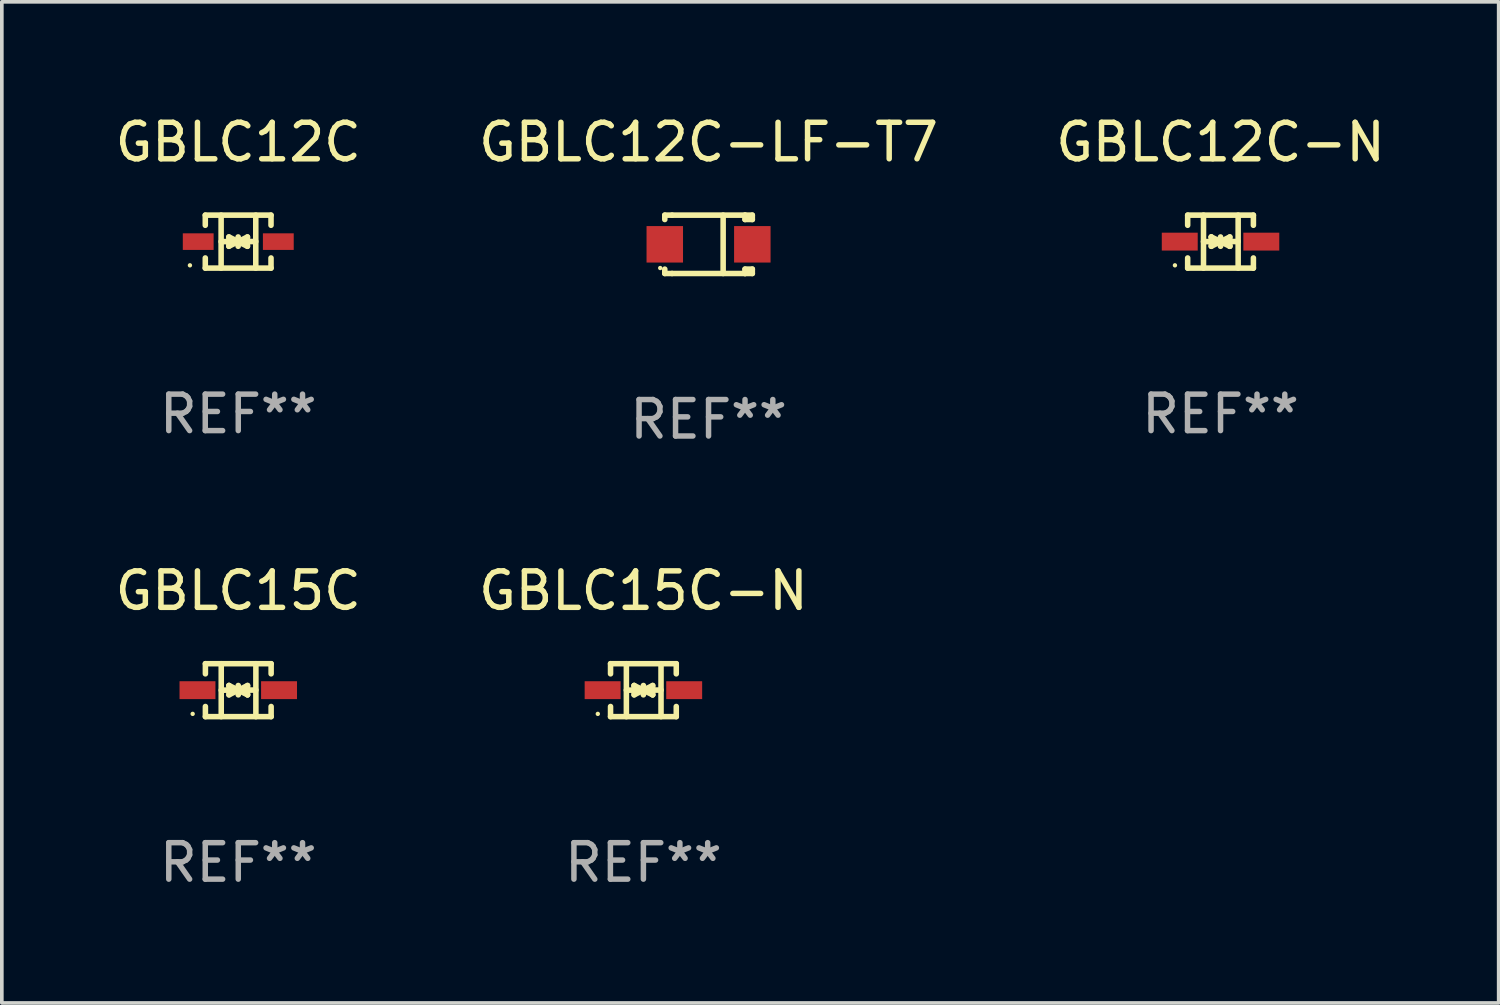
<source format=kicad_pcb>
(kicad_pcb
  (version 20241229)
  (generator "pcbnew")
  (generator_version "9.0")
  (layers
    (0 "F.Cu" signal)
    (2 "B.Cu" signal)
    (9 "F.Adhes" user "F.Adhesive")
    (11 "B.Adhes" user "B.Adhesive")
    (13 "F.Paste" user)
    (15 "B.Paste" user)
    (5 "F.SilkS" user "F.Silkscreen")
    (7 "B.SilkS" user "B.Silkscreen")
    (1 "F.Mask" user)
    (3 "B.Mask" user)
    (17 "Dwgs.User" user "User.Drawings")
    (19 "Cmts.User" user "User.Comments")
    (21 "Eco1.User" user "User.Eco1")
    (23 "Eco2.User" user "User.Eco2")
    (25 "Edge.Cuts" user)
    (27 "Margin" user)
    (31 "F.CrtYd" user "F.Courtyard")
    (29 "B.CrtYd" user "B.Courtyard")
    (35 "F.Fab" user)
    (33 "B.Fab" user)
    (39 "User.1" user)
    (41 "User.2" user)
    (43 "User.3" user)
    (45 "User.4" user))
  (footprint "GBLC12C-LF-T7"
    (layer "F.Cu")
    (at 16.375 3.648)
    (property "Reference" "GBLC12C-LF-T7" (at 0 -2.8 0) (layer "F.SilkS") (effects (font (size 1 1) (thickness 0.15))))
    (attr through_hole)
    (fp_line (start -1.2 -0.8) (end -1.2 -0.68) (stroke (width 0.152) (type solid)) (layer "F.SilkS"))
    (fp_line (start -1.2 0.68) (end -1.2 0.8) (stroke (width 0.152) (type solid)) (layer "F.SilkS"))
    (fp_line (start -1.2 0.8) (end -1 0.8) (stroke (width 0.152) (type solid)) (layer "F.SilkS"))
    (fp_line (start -1 -0.8) (end -1.2 -0.8) (stroke (width 0.152) (type solid)) (layer "F.SilkS"))
    (fp_line (start -1 -0.8) (end 1 -0.8) (stroke (width 0.152) (type solid)) (layer "F.SilkS"))
    (fp_line (start -1 0.8) (end 1 0.8) (stroke (width 0.152) (type solid)) (layer "F.SilkS"))
    (fp_line (start 0.4 -0.8) (end 0.4 0.8) (stroke (width 0.152) (type solid)) (layer "F.SilkS"))
    (fp_line (start 1 -0.8) (end 1 -0.68) (stroke (width 0.152) (type solid)) (layer "F.SilkS"))
    (fp_line (start 1 -0.8) (end 1.2 -0.8) (stroke (width 0.152) (type solid)) (layer "F.SilkS"))
    (fp_line (start 1 0.68) (end 1 0.8) (stroke (width 0.152) (type solid)) (layer "F.SilkS"))
    (fp_line (start 1 0.68) (end 1.2 0.68) (stroke (width 0.152) (type solid)) (layer "F.SilkS"))
    (fp_line (start 1.2 -0.8) (end 1.2 -0.68) (stroke (width 0.152) (type solid)) (layer "F.SilkS"))
    (fp_line (start 1.2 -0.68) (end 1 -0.68) (stroke (width 0.152) (type solid)) (layer "F.SilkS"))
    (fp_line (start 1.2 0.68) (end 1.2 0.8) (stroke (width 0.152) (type solid)) (layer "F.SilkS"))
    (fp_line (start 1.2 0.8) (end 1 0.8) (stroke (width 0.152) (type solid)) (layer "F.SilkS"))
    (fp_circle (center -1.325 0.65) (end -1.295 0.65) (stroke (width 0.06) (type solid)) (fill no) (layer "F.SilkS"))
    (fp_text user "REF**" (at 0 4.8 0) (layer "F.Fab") (effects (font (size 1 1) (thickness 0.15))))
    (pad "1" smd rect (at -1.2 0 180) (size 1 1) (layers "F.Cu" "F.Mask" "F.Paste"))
    (pad "2" smd rect (at 1.2 0 180) (size 1 1) (layers "F.Cu" "F.Mask" "F.Paste")))
  (footprint "GBLC15C"
    (layer "F.Cu")
    (at 3.482 15.871)
    (property "Reference" "GBLC15C" (at 0 -2.726 0) (layer "F.SilkS") (effects (font (size 1 1) (thickness 0.15))))
    (attr through_hole)
    (fp_line (start -0.901 -0.726) (end -0.901 -0.448) (stroke (width 0.152) (type solid)) (layer "F.SilkS"))
    (fp_line (start -0.901 0.726) (end -0.901 0.448) (stroke (width 0.152) (type solid)) (layer "F.SilkS"))
    (fp_line (start -0.467 0) (end 0.483 -0.003) (stroke (width 0.154) (type solid)) (layer "F.SilkS"))
    (fp_line (start -0.467 0.726) (end -0.467 -0.726) (stroke (width 0.152) (type solid)) (layer "F.SilkS"))
    (fp_line (start -0.254 -0.127) (end -0.254 -0.127) (stroke (width 0.154) (type solid)) (layer "F.SilkS"))
    (fp_line (start -0.254 -0.127) (end -0.002 -0.003) (stroke (width 0.154) (type solid)) (layer "F.SilkS"))
    (fp_line (start -0.254 0.127) (end -0.254 -0.127) (stroke (width 0.154) (type solid)) (layer "F.SilkS"))
    (fp_line (start -0.127 0) (end 0.003 0) (stroke (width 0.154) (type solid)) (layer "F.SilkS"))
    (fp_line (start -0.003 0) (end -0.254 0.127) (stroke (width 0.154) (type solid)) (layer "F.SilkS"))
    (fp_line (start 0 -0.127) (end 0 0.127) (stroke (width 0.154) (type solid)) (layer "F.SilkS"))
    (fp_line (start 0.003 0) (end 0.254 -0.127) (stroke (width 0.154) (type solid)) (layer "F.SilkS"))
    (fp_line (start 0.127 0) (end -0.003 0) (stroke (width 0.154) (type solid)) (layer "F.SilkS"))
    (fp_line (start 0.254 -0.127) (end 0.254 0.127) (stroke (width 0.154) (type solid)) (layer "F.SilkS"))
    (fp_line (start 0.254 0.127) (end 0.002 0.003) (stroke (width 0.154) (type solid)) (layer "F.SilkS"))
    (fp_line (start 0.254 0.127) (end 0.254 0.127) (stroke (width 0.154) (type solid)) (layer "F.SilkS"))
    (fp_line (start 0.483 0.726) (end 0.483 -0.726) (stroke (width 0.152) (type solid)) (layer "F.SilkS"))
    (fp_line (start 0.901 -0.726) (end -0.901 -0.726) (stroke (width 0.152) (type solid)) (layer "F.SilkS"))
    (fp_line (start 0.901 -0.726) (end 0.901 -0.448) (stroke (width 0.152) (type solid)) (layer "F.SilkS"))
    (fp_line (start 0.901 0.726) (end -0.901 0.726) (stroke (width 0.152) (type solid)) (layer "F.SilkS"))
    (fp_line (start 0.901 0.726) (end 0.901 0.448) (stroke (width 0.152) (type solid)) (layer "F.SilkS"))
    (fp_circle (center -1.25 0.65) (end -1.22 0.65) (stroke (width 0.06) (type solid)) (fill no) (layer "F.SilkS"))
    (fp_text user "REF**" (at 0 4.726 0) (layer "F.Fab") (effects (font (size 1 1) (thickness 0.15))))
    (pad "1" smd rect (at -1.118 0) (size 0.985 0.49) (layers "F.Cu" "F.Mask" "F.Paste"))
    (pad "2" smd rect (at 1.118 0) (size 0.985 0.49) (layers "F.Cu" "F.Mask" "F.Paste")))
  (footprint "GBLC15C-N"
    (layer "F.Cu")
    (at 14.589 15.871)
    (property "Reference" "GBLC15C-N" (at 0 -2.726 0) (layer "F.SilkS") (effects (font (size 1 1) (thickness 0.15))))
    (attr through_hole)
    (fp_line (start -0.901 -0.726) (end -0.901 -0.448) (stroke (width 0.152) (type solid)) (layer "F.SilkS"))
    (fp_line (start -0.901 0.726) (end -0.901 0.448) (stroke (width 0.152) (type solid)) (layer "F.SilkS"))
    (fp_line (start -0.467 0) (end 0.483 -0.003) (stroke (width 0.154) (type solid)) (layer "F.SilkS"))
    (fp_line (start -0.467 0.726) (end -0.467 -0.726) (stroke (width 0.152) (type solid)) (layer "F.SilkS"))
    (fp_line (start -0.254 -0.127) (end -0.254 -0.127) (stroke (width 0.154) (type solid)) (layer "F.SilkS"))
    (fp_line (start -0.254 -0.127) (end -0.002 -0.003) (stroke (width 0.154) (type solid)) (layer "F.SilkS"))
    (fp_line (start -0.254 0.127) (end -0.254 -0.127) (stroke (width 0.154) (type solid)) (layer "F.SilkS"))
    (fp_line (start -0.127 0) (end 0.003 0) (stroke (width 0.154) (type solid)) (layer "F.SilkS"))
    (fp_line (start -0.003 0) (end -0.254 0.127) (stroke (width 0.154) (type solid)) (layer "F.SilkS"))
    (fp_line (start 0 -0.127) (end 0 0.127) (stroke (width 0.154) (type solid)) (layer "F.SilkS"))
    (fp_line (start 0.003 0) (end 0.254 -0.127) (stroke (width 0.154) (type solid)) (layer "F.SilkS"))
    (fp_line (start 0.127 0) (end -0.003 0) (stroke (width 0.154) (type solid)) (layer "F.SilkS"))
    (fp_line (start 0.254 -0.127) (end 0.254 0.127) (stroke (width 0.154) (type solid)) (layer "F.SilkS"))
    (fp_line (start 0.254 0.127) (end 0.002 0.003) (stroke (width 0.154) (type solid)) (layer "F.SilkS"))
    (fp_line (start 0.254 0.127) (end 0.254 0.127) (stroke (width 0.154) (type solid)) (layer "F.SilkS"))
    (fp_line (start 0.483 0.726) (end 0.483 -0.726) (stroke (width 0.152) (type solid)) (layer "F.SilkS"))
    (fp_line (start 0.901 -0.726) (end -0.901 -0.726) (stroke (width 0.152) (type solid)) (layer "F.SilkS"))
    (fp_line (start 0.901 -0.726) (end 0.901 -0.448) (stroke (width 0.152) (type solid)) (layer "F.SilkS"))
    (fp_line (start 0.901 0.726) (end -0.901 0.726) (stroke (width 0.152) (type solid)) (layer "F.SilkS"))
    (fp_line (start 0.901 0.726) (end 0.901 0.448) (stroke (width 0.152) (type solid)) (layer "F.SilkS"))
    (fp_circle (center -1.25 0.65) (end -1.22 0.65) (stroke (width 0.06) (type solid)) (fill no) (layer "F.SilkS"))
    (fp_text user "REF**" (at 0 4.726 0) (layer "F.Fab") (effects (font (size 1 1) (thickness 0.15))))
    (pad "1" smd rect (at -1.118 0) (size 0.985 0.49) (layers "F.Cu" "F.Mask" "F.Paste"))
    (pad "2" smd rect (at 1.118 0) (size 0.985 0.49) (layers "F.Cu" "F.Mask" "F.Paste")))
  (footprint "GBLC12C"
    (layer "F.Cu")
    (at 3.482 3.574)
    (property "Reference" "GBLC12C" (at 0 -2.726 0) (layer "F.SilkS") (effects (font (size 1 1) (thickness 0.15))))
    (attr through_hole)
    (fp_line (start -0.904 -0.726) (end -0.904 -0.448) (stroke (width 0.152) (type solid)) (layer "F.SilkS"))
    (fp_line (start -0.904 0.726) (end -0.904 0.448) (stroke (width 0.152) (type solid)) (layer "F.SilkS"))
    (fp_line (start -0.47 0) (end 0.48 -0.003) (stroke (width 0.154) (type solid)) (layer "F.SilkS"))
    (fp_line (start -0.47 0.726) (end -0.47 -0.726) (stroke (width 0.152) (type solid)) (layer "F.SilkS"))
    (fp_line (start -0.257 -0.127) (end -0.005 -0.003) (stroke (width 0.154) (type solid)) (layer "F.SilkS"))
    (fp_line (start -0.257 0.127) (end -0.257 -0.127) (stroke (width 0.154) (type solid)) (layer "F.SilkS"))
    (fp_line (start -0.13 0) (end 0 0) (stroke (width 0.154) (type solid)) (layer "F.SilkS"))
    (fp_line (start -0.006 0) (end -0.257 0.127) (stroke (width 0.154) (type solid)) (layer "F.SilkS"))
    (fp_line (start -0.003 -0.127) (end -0.003 0.127) (stroke (width 0.154) (type solid)) (layer "F.SilkS"))
    (fp_line (start 0 0) (end 0.251 -0.127) (stroke (width 0.154) (type solid)) (layer "F.SilkS"))
    (fp_line (start 0.124 0) (end -0.006 0) (stroke (width 0.154) (type solid)) (layer "F.SilkS"))
    (fp_line (start 0.251 -0.127) (end 0.251 0.127) (stroke (width 0.154) (type solid)) (layer "F.SilkS"))
    (fp_line (start 0.251 0.127) (end -0.001 0.003) (stroke (width 0.154) (type solid)) (layer "F.SilkS"))
    (fp_line (start 0.48 0.726) (end 0.48 -0.726) (stroke (width 0.152) (type solid)) (layer "F.SilkS"))
    (fp_line (start 0.898 -0.726) (end -0.904 -0.726) (stroke (width 0.152) (type solid)) (layer "F.SilkS"))
    (fp_line (start 0.898 -0.726) (end 0.898 -0.448) (stroke (width 0.152) (type solid)) (layer "F.SilkS"))
    (fp_line (start 0.898 0.726) (end -0.904 0.726) (stroke (width 0.152) (type solid)) (layer "F.SilkS"))
    (fp_line (start 0.898 0.726) (end 0.898 0.448) (stroke (width 0.152) (type solid)) (layer "F.SilkS"))
    (fp_circle (center -1.325 0.65) (end -1.295 0.65) (stroke (width 0.06) (type solid)) (fill no) (layer "F.SilkS"))
    (fp_text user "REF**" (at 0 4.726 0) (layer "F.Fab") (effects (font (size 1 1) (thickness 0.15))))
    (pad "1" smd rect (at -1.098 0 180) (size 0.845 0.455) (layers "F.Cu" "F.Mask" "F.Paste"))
    (pad "2" smd rect (at 1.098 0 180) (size 0.845 0.455) (layers "F.Cu" "F.Mask" "F.Paste")))
  (footprint "GBLC12C-N"
    (layer "F.Cu")
    (at 30.411 3.574)
    (property "Reference" "GBLC12C-N" (at 0 -2.726 0) (layer "F.SilkS") (effects (font (size 1 1) (thickness 0.15))))
    (attr through_hole)
    (fp_line (start -0.901 -0.726) (end -0.901 -0.448) (stroke (width 0.152) (type solid)) (layer "F.SilkS"))
    (fp_line (start -0.901 0.726) (end -0.901 0.448) (stroke (width 0.152) (type solid)) (layer "F.SilkS"))
    (fp_line (start -0.467 0) (end 0.483 -0.003) (stroke (width 0.154) (type solid)) (layer "F.SilkS"))
    (fp_line (start -0.467 0.726) (end -0.467 -0.726) (stroke (width 0.152) (type solid)) (layer "F.SilkS"))
    (fp_line (start -0.254 -0.127) (end -0.254 -0.127) (stroke (width 0.154) (type solid)) (layer "F.SilkS"))
    (fp_line (start -0.254 -0.127) (end -0.002 -0.003) (stroke (width 0.154) (type solid)) (layer "F.SilkS"))
    (fp_line (start -0.254 0.127) (end -0.254 -0.127) (stroke (width 0.154) (type solid)) (layer "F.SilkS"))
    (fp_line (start -0.127 0) (end 0.003 0) (stroke (width 0.154) (type solid)) (layer "F.SilkS"))
    (fp_line (start -0.003 0) (end -0.254 0.127) (stroke (width 0.154) (type solid)) (layer "F.SilkS"))
    (fp_line (start 0 -0.127) (end 0 0.127) (stroke (width 0.154) (type solid)) (layer "F.SilkS"))
    (fp_line (start 0.003 0) (end 0.254 -0.127) (stroke (width 0.154) (type solid)) (layer "F.SilkS"))
    (fp_line (start 0.127 0) (end -0.003 0) (stroke (width 0.154) (type solid)) (layer "F.SilkS"))
    (fp_line (start 0.254 -0.127) (end 0.254 0.127) (stroke (width 0.154) (type solid)) (layer "F.SilkS"))
    (fp_line (start 0.254 0.127) (end 0.002 0.003) (stroke (width 0.154) (type solid)) (layer "F.SilkS"))
    (fp_line (start 0.254 0.127) (end 0.254 0.127) (stroke (width 0.154) (type solid)) (layer "F.SilkS"))
    (fp_line (start 0.483 0.726) (end 0.483 -0.726) (stroke (width 0.152) (type solid)) (layer "F.SilkS"))
    (fp_line (start 0.901 -0.726) (end -0.901 -0.726) (stroke (width 0.152) (type solid)) (layer "F.SilkS"))
    (fp_line (start 0.901 -0.726) (end 0.901 -0.448) (stroke (width 0.152) (type solid)) (layer "F.SilkS"))
    (fp_line (start 0.901 0.726) (end -0.901 0.726) (stroke (width 0.152) (type solid)) (layer "F.SilkS"))
    (fp_line (start 0.901 0.726) (end 0.901 0.448) (stroke (width 0.152) (type solid)) (layer "F.SilkS"))
    (fp_circle (center -1.25 0.65) (end -1.22 0.65) (stroke (width 0.06) (type solid)) (fill no) (layer "F.SilkS"))
    (fp_text user "REF**" (at 0 4.726 0) (layer "F.Fab") (effects (font (size 1 1) (thickness 0.15))))
    (pad "1" smd rect (at -1.118 0) (size 0.985 0.49) (layers "F.Cu" "F.Mask" "F.Paste"))
    (pad "2" smd rect (at 1.118 0) (size 0.985 0.49) (layers "F.Cu" "F.Mask" "F.Paste")))
  (gr_rect
    (start -3 -3)
    (end 38.036 24.446)
    (stroke (width 0.1) (type default))
    (fill no)
    (layer "Edge.Cuts")))
</source>
